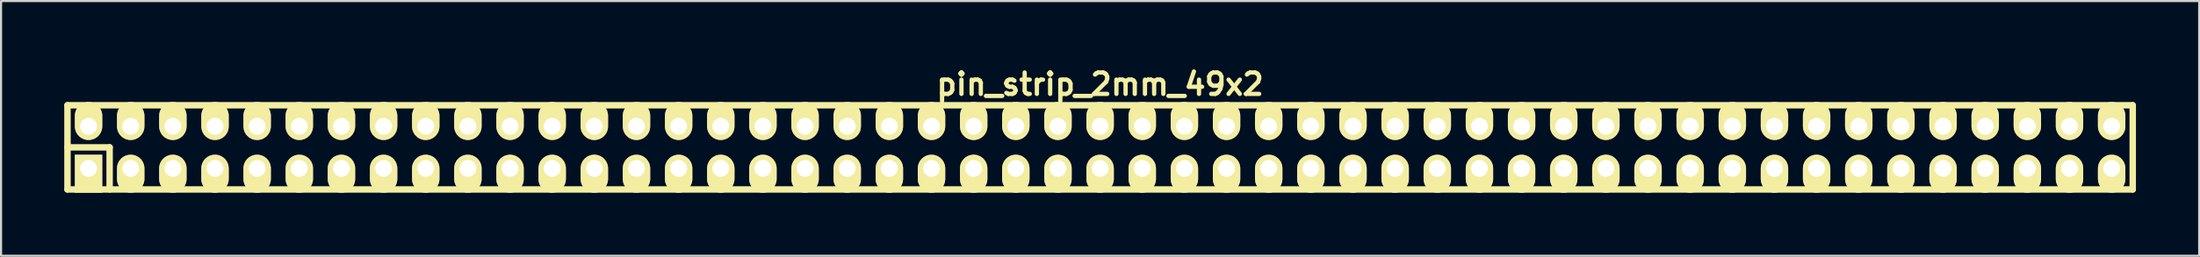
<source format=kicad_pcb>
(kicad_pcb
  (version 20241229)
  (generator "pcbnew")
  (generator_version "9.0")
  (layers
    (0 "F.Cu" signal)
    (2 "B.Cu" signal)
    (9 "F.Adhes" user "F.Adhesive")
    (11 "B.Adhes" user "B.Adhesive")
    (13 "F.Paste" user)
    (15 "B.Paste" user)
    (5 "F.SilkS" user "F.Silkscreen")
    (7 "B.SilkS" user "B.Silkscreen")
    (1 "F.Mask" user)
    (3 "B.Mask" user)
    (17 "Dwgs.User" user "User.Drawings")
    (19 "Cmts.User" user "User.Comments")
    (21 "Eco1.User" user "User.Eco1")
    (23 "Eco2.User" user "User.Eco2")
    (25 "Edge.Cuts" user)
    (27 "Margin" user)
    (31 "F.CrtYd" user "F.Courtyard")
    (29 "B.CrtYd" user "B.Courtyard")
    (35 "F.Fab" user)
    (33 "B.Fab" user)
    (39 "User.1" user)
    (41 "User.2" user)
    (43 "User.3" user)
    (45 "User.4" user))
  (footprint "pin_strip_2mm_49x2"
    (layer "F.Cu")
    (at 49.152 3.951)
    (property "Reference" "pin_strip_2mm_49x2" (at 0 -3 0) (layer "F.SilkS") (effects (font (size 1.016 1.016) (thickness 0.203))))
    (attr through_hole)
    (fp_line (start -49 -2) (end 49 -2) (stroke (width 0.305) (type solid)) (layer "F.SilkS"))
    (fp_line (start -49 0) (end -47 0) (stroke (width 0.305) (type solid)) (layer "F.SilkS"))
    (fp_line (start -49 2) (end -49 -2) (stroke (width 0.305) (type solid)) (layer "F.SilkS"))
    (fp_line (start -47 0) (end -47 2) (stroke (width 0.305) (type solid)) (layer "F.SilkS"))
    (fp_line (start 49 -2) (end 49 2) (stroke (width 0.305) (type solid)) (layer "F.SilkS"))
    (fp_line (start 49 2) (end -49 2) (stroke (width 0.305) (type solid)) (layer "F.SilkS"))
    (pad "1" thru_hole rect (at -48 1) (size 1.3 1.8) (drill 0.8 (offset 0 0.25)) (layers "*.Cu" "*.Mask" "F.SilkS"))
    (pad "2" thru_hole oval (at -48 -1) (size 1.3 1.8) (drill 0.8 (offset 0 -0.25)) (layers "*.Cu" "*.Mask" "F.SilkS"))
    (pad "3" thru_hole oval (at -46 1) (size 1.3 1.8) (drill 0.8 (offset 0 0.25)) (layers "*.Cu" "*.Mask" "F.SilkS"))
    (pad "4" thru_hole oval (at -46 -1) (size 1.3 1.8) (drill 0.8 (offset 0 -0.25)) (layers "*.Cu" "*.Mask" "F.SilkS"))
    (pad "5" thru_hole oval (at -44 1) (size 1.3 1.8) (drill 0.8 (offset 0 0.25)) (layers "*.Cu" "*.Mask" "F.SilkS"))
    (pad "6" thru_hole oval (at -44 -1) (size 1.3 1.8) (drill 0.8 (offset 0 -0.25)) (layers "*.Cu" "*.Mask" "F.SilkS"))
    (pad "7" thru_hole oval (at -42 1) (size 1.3 1.8) (drill 0.8 (offset 0 0.25)) (layers "*.Cu" "*.Mask" "F.SilkS"))
    (pad "8" thru_hole oval (at -42 -1) (size 1.3 1.8) (drill 0.8 (offset 0 -0.25)) (layers "*.Cu" "*.Mask" "F.SilkS"))
    (pad "9" thru_hole oval (at -40 1) (size 1.3 1.8) (drill 0.8 (offset 0 0.25)) (layers "*.Cu" "*.Mask" "F.SilkS"))
    (pad "10" thru_hole oval (at -40 -1) (size 1.3 1.8) (drill 0.8 (offset 0 -0.25)) (layers "*.Cu" "*.Mask" "F.SilkS"))
    (pad "11" thru_hole oval (at -38 1) (size 1.3 1.8) (drill 0.8 (offset 0 0.25)) (layers "*.Cu" "*.Mask" "F.SilkS"))
    (pad "12" thru_hole oval (at -38 -1) (size 1.3 1.8) (drill 0.8 (offset 0 -0.25)) (layers "*.Cu" "*.Mask" "F.SilkS"))
    (pad "13" thru_hole oval (at -36 1) (size 1.3 1.8) (drill 0.8 (offset 0 0.25)) (layers "*.Cu" "*.Mask" "F.SilkS"))
    (pad "14" thru_hole oval (at -36 -1) (size 1.3 1.8) (drill 0.8 (offset 0 -0.25)) (layers "*.Cu" "*.Mask" "F.SilkS"))
    (pad "15" thru_hole oval (at -34 1) (size 1.3 1.8) (drill 0.8 (offset 0 0.25)) (layers "*.Cu" "*.Mask" "F.SilkS"))
    (pad "16" thru_hole oval (at -34 -1) (size 1.3 1.8) (drill 0.8 (offset 0 -0.25)) (layers "*.Cu" "*.Mask" "F.SilkS"))
    (pad "17" thru_hole oval (at -32 1) (size 1.3 1.8) (drill 0.8 (offset 0 0.25)) (layers "*.Cu" "*.Mask" "F.SilkS"))
    (pad "18" thru_hole oval (at -32 -1) (size 1.3 1.8) (drill 0.8 (offset 0 -0.25)) (layers "*.Cu" "*.Mask" "F.SilkS"))
    (pad "19" thru_hole oval (at -30 1) (size 1.3 1.8) (drill 0.8 (offset 0 0.25)) (layers "*.Cu" "*.Mask" "F.SilkS"))
    (pad "20" thru_hole oval (at -30 -1) (size 1.3 1.8) (drill 0.8 (offset 0 -0.25)) (layers "*.Cu" "*.Mask" "F.SilkS"))
    (pad "21" thru_hole oval (at -28 1) (size 1.3 1.8) (drill 0.8 (offset 0 0.25)) (layers "*.Cu" "*.Mask" "F.SilkS"))
    (pad "22" thru_hole oval (at -28 -1) (size 1.3 1.8) (drill 0.8 (offset 0 -0.25)) (layers "*.Cu" "*.Mask" "F.SilkS"))
    (pad "23" thru_hole oval (at -26 1) (size 1.3 1.8) (drill 0.8 (offset 0 0.25)) (layers "*.Cu" "*.Mask" "F.SilkS"))
    (pad "24" thru_hole oval (at -26 -1) (size 1.3 1.8) (drill 0.8 (offset 0 -0.25)) (layers "*.Cu" "*.Mask" "F.SilkS"))
    (pad "25" thru_hole oval (at -24 1) (size 1.3 1.8) (drill 0.8 (offset 0 0.25)) (layers "*.Cu" "*.Mask" "F.SilkS"))
    (pad "26" thru_hole oval (at -24 -1) (size 1.3 1.8) (drill 0.8 (offset 0 -0.25)) (layers "*.Cu" "*.Mask" "F.SilkS"))
    (pad "27" thru_hole oval (at -22 1) (size 1.3 1.8) (drill 0.8 (offset 0 0.25)) (layers "*.Cu" "*.Mask" "F.SilkS"))
    (pad "28" thru_hole oval (at -22 -1) (size 1.3 1.8) (drill 0.8 (offset 0 -0.25)) (layers "*.Cu" "*.Mask" "F.SilkS"))
    (pad "29" thru_hole oval (at -20 1) (size 1.3 1.8) (drill 0.8 (offset 0 0.25)) (layers "*.Cu" "*.Mask" "F.SilkS"))
    (pad "30" thru_hole oval (at -20 -1) (size 1.3 1.8) (drill 0.8 (offset 0 -0.25)) (layers "*.Cu" "*.Mask" "F.SilkS"))
    (pad "31" thru_hole oval (at -18 1) (size 1.3 1.8) (drill 0.8 (offset 0 0.25)) (layers "*.Cu" "*.Mask" "F.SilkS"))
    (pad "32" thru_hole oval (at -18 -1) (size 1.3 1.8) (drill 0.8 (offset 0 -0.25)) (layers "*.Cu" "*.Mask" "F.SilkS"))
    (pad "33" thru_hole oval (at -16 1) (size 1.3 1.8) (drill 0.8 (offset 0 0.25)) (layers "*.Cu" "*.Mask" "F.SilkS"))
    (pad "34" thru_hole oval (at -16 -1) (size 1.3 1.8) (drill 0.8 (offset 0 -0.25)) (layers "*.Cu" "*.Mask" "F.SilkS"))
    (pad "35" thru_hole oval (at -14 1) (size 1.3 1.8) (drill 0.8 (offset 0 0.25)) (layers "*.Cu" "*.Mask" "F.SilkS"))
    (pad "36" thru_hole oval (at -14 -1) (size 1.3 1.8) (drill 0.8 (offset 0 -0.25)) (layers "*.Cu" "*.Mask" "F.SilkS"))
    (pad "37" thru_hole oval (at -12 1) (size 1.3 1.8) (drill 0.8 (offset 0 0.25)) (layers "*.Cu" "*.Mask" "F.SilkS"))
    (pad "38" thru_hole oval (at -12 -1) (size 1.3 1.8) (drill 0.8 (offset 0 -0.25)) (layers "*.Cu" "*.Mask" "F.SilkS"))
    (pad "39" thru_hole oval (at -10 1) (size 1.3 1.8) (drill 0.8 (offset 0 0.25)) (layers "*.Cu" "*.Mask" "F.SilkS"))
    (pad "40" thru_hole oval (at -10 -1) (size 1.3 1.8) (drill 0.8 (offset 0 -0.25)) (layers "*.Cu" "*.Mask" "F.SilkS"))
    (pad "41" thru_hole oval (at -8 1) (size 1.3 1.8) (drill 0.8 (offset 0 0.25)) (layers "*.Cu" "*.Mask" "F.SilkS"))
    (pad "42" thru_hole oval (at -8 -1) (size 1.3 1.8) (drill 0.8 (offset 0 -0.25)) (layers "*.Cu" "*.Mask" "F.SilkS"))
    (pad "43" thru_hole oval (at -6 1) (size 1.3 1.8) (drill 0.8 (offset 0 0.25)) (layers "*.Cu" "*.Mask" "F.SilkS"))
    (pad "44" thru_hole oval (at -6 -1) (size 1.3 1.8) (drill 0.8 (offset 0 -0.25)) (layers "*.Cu" "*.Mask" "F.SilkS"))
    (pad "45" thru_hole oval (at -4 1) (size 1.3 1.8) (drill 0.8 (offset 0 0.25)) (layers "*.Cu" "*.Mask" "F.SilkS"))
    (pad "46" thru_hole oval (at -4 -1) (size 1.3 1.8) (drill 0.8 (offset 0 -0.25)) (layers "*.Cu" "*.Mask" "F.SilkS"))
    (pad "47" thru_hole oval (at -2 1) (size 1.3 1.8) (drill 0.8 (offset 0 0.25)) (layers "*.Cu" "*.Mask" "F.SilkS"))
    (pad "48" thru_hole oval (at -2 -1) (size 1.3 1.8) (drill 0.8 (offset 0 -0.25)) (layers "*.Cu" "*.Mask" "F.SilkS"))
    (pad "49" thru_hole oval (at 0 1) (size 1.3 1.8) (drill 0.8 (offset 0 0.25)) (layers "*.Cu" "*.Mask" "F.SilkS"))
    (pad "50" thru_hole oval (at 0 -1) (size 1.3 1.8) (drill 0.8 (offset 0 -0.25)) (layers "*.Cu" "*.Mask" "F.SilkS"))
    (pad "51" thru_hole oval (at 2 1) (size 1.3 1.8) (drill 0.8 (offset 0 0.25)) (layers "*.Cu" "*.Mask" "F.SilkS"))
    (pad "52" thru_hole oval (at 2 -1) (size 1.3 1.8) (drill 0.8 (offset 0 -0.25)) (layers "*.Cu" "*.Mask" "F.SilkS"))
    (pad "53" thru_hole oval (at 4 1) (size 1.3 1.8) (drill 0.8 (offset 0 0.25)) (layers "*.Cu" "*.Mask" "F.SilkS"))
    (pad "54" thru_hole oval (at 4 -1) (size 1.3 1.8) (drill 0.8 (offset 0 -0.25)) (layers "*.Cu" "*.Mask" "F.SilkS"))
    (pad "55" thru_hole oval (at 6 1) (size 1.3 1.8) (drill 0.8 (offset 0 0.25)) (layers "*.Cu" "*.Mask" "F.SilkS"))
    (pad "56" thru_hole oval (at 6 -1) (size 1.3 1.8) (drill 0.8 (offset 0 -0.25)) (layers "*.Cu" "*.Mask" "F.SilkS"))
    (pad "57" thru_hole oval (at 8 1) (size 1.3 1.8) (drill 0.8 (offset 0 0.25)) (layers "*.Cu" "*.Mask" "F.SilkS"))
    (pad "58" thru_hole oval (at 8 -1) (size 1.3 1.8) (drill 0.8 (offset 0 -0.25)) (layers "*.Cu" "*.Mask" "F.SilkS"))
    (pad "59" thru_hole oval (at 10 1) (size 1.3 1.8) (drill 0.8 (offset 0 0.25)) (layers "*.Cu" "*.Mask" "F.SilkS"))
    (pad "60" thru_hole oval (at 10 -1) (size 1.3 1.8) (drill 0.8 (offset 0 -0.25)) (layers "*.Cu" "*.Mask" "F.SilkS"))
    (pad "61" thru_hole oval (at 12 1) (size 1.3 1.8) (drill 0.8 (offset 0 0.25)) (layers "*.Cu" "*.Mask" "F.SilkS"))
    (pad "62" thru_hole oval (at 12 -1) (size 1.3 1.8) (drill 0.8 (offset 0 -0.25)) (layers "*.Cu" "*.Mask" "F.SilkS"))
    (pad "63" thru_hole oval (at 14 1) (size 1.3 1.8) (drill 0.8 (offset 0 0.25)) (layers "*.Cu" "*.Mask" "F.SilkS"))
    (pad "64" thru_hole oval (at 14 -1) (size 1.3 1.8) (drill 0.8 (offset 0 -0.25)) (layers "*.Cu" "*.Mask" "F.SilkS"))
    (pad "65" thru_hole oval (at 16 1) (size 1.3 1.8) (drill 0.8 (offset 0 0.25)) (layers "*.Cu" "*.Mask" "F.SilkS"))
    (pad "66" thru_hole oval (at 16 -1) (size 1.3 1.8) (drill 0.8 (offset 0 -0.25)) (layers "*.Cu" "*.Mask" "F.SilkS"))
    (pad "67" thru_hole oval (at 18 1) (size 1.3 1.8) (drill 0.8 (offset 0 0.25)) (layers "*.Cu" "*.Mask" "F.SilkS"))
    (pad "68" thru_hole oval (at 18 -1) (size 1.3 1.8) (drill 0.8 (offset 0 -0.25)) (layers "*.Cu" "*.Mask" "F.SilkS"))
    (pad "69" thru_hole oval (at 20 1) (size 1.3 1.8) (drill 0.8 (offset 0 0.25)) (layers "*.Cu" "*.Mask" "F.SilkS"))
    (pad "70" thru_hole oval (at 20 -1) (size 1.3 1.8) (drill 0.8 (offset 0 -0.25)) (layers "*.Cu" "*.Mask" "F.SilkS"))
    (pad "71" thru_hole oval (at 22 1) (size 1.3 1.8) (drill 0.8 (offset 0 0.25)) (layers "*.Cu" "*.Mask" "F.SilkS"))
    (pad "72" thru_hole oval (at 22 -1) (size 1.3 1.8) (drill 0.8 (offset 0 -0.25)) (layers "*.Cu" "*.Mask" "F.SilkS"))
    (pad "73" thru_hole oval (at 24 1) (size 1.3 1.8) (drill 0.8 (offset 0 0.25)) (layers "*.Cu" "*.Mask" "F.SilkS"))
    (pad "74" thru_hole oval (at 24 -1) (size 1.3 1.8) (drill 0.8 (offset 0 -0.25)) (layers "*.Cu" "*.Mask" "F.SilkS"))
    (pad "75" thru_hole oval (at 26 1) (size 1.3 1.8) (drill 0.8 (offset 0 0.25)) (layers "*.Cu" "*.Mask" "F.SilkS"))
    (pad "76" thru_hole oval (at 26 -1) (size 1.3 1.8) (drill 0.8 (offset 0 -0.25)) (layers "*.Cu" "*.Mask" "F.SilkS"))
    (pad "77" thru_hole oval (at 28 1) (size 1.3 1.8) (drill 0.8 (offset 0 0.25)) (layers "*.Cu" "*.Mask" "F.SilkS"))
    (pad "78" thru_hole oval (at 28 -1) (size 1.3 1.8) (drill 0.8 (offset 0 -0.25)) (layers "*.Cu" "*.Mask" "F.SilkS"))
    (pad "79" thru_hole oval (at 30 1) (size 1.3 1.8) (drill 0.8 (offset 0 0.25)) (layers "*.Cu" "*.Mask" "F.SilkS"))
    (pad "80" thru_hole oval (at 30 -1) (size 1.3 1.8) (drill 0.8 (offset 0 -0.25)) (layers "*.Cu" "*.Mask" "F.SilkS"))
    (pad "81" thru_hole oval (at 32 1) (size 1.3 1.8) (drill 0.8 (offset 0 0.25)) (layers "*.Cu" "*.Mask" "F.SilkS"))
    (pad "82" thru_hole oval (at 32 -1) (size 1.3 1.8) (drill 0.8 (offset 0 -0.25)) (layers "*.Cu" "*.Mask" "F.SilkS"))
    (pad "83" thru_hole oval (at 34 1) (size 1.3 1.8) (drill 0.8 (offset 0 0.25)) (layers "*.Cu" "*.Mask" "F.SilkS"))
    (pad "84" thru_hole oval (at 34 -1) (size 1.3 1.8) (drill 0.8 (offset 0 -0.25)) (layers "*.Cu" "*.Mask" "F.SilkS"))
    (pad "85" thru_hole oval (at 36 1) (size 1.3 1.8) (drill 0.8 (offset 0 0.25)) (layers "*.Cu" "*.Mask" "F.SilkS"))
    (pad "86" thru_hole oval (at 36 -1) (size 1.3 1.8) (drill 0.8 (offset 0 -0.25)) (layers "*.Cu" "*.Mask" "F.SilkS"))
    (pad "87" thru_hole oval (at 38 1) (size 1.3 1.8) (drill 0.8 (offset 0 0.25)) (layers "*.Cu" "*.Mask" "F.SilkS"))
    (pad "88" thru_hole oval (at 38 -1) (size 1.3 1.8) (drill 0.8 (offset 0 -0.25)) (layers "*.Cu" "*.Mask" "F.SilkS"))
    (pad "89" thru_hole oval (at 40 1) (size 1.3 1.8) (drill 0.8 (offset 0 0.25)) (layers "*.Cu" "*.Mask" "F.SilkS"))
    (pad "90" thru_hole oval (at 40 -1) (size 1.3 1.8) (drill 0.8 (offset 0 -0.25)) (layers "*.Cu" "*.Mask" "F.SilkS"))
    (pad "91" thru_hole oval (at 42 1) (size 1.3 1.8) (drill 0.8 (offset 0 0.25)) (layers "*.Cu" "*.Mask" "F.SilkS"))
    (pad "92" thru_hole oval (at 42 -1) (size 1.3 1.8) (drill 0.8 (offset 0 -0.25)) (layers "*.Cu" "*.Mask" "F.SilkS"))
    (pad "93" thru_hole oval (at 44 1) (size 1.3 1.8) (drill 0.8 (offset 0 0.25)) (layers "*.Cu" "*.Mask" "F.SilkS"))
    (pad "94" thru_hole oval (at 44 -1) (size 1.3 1.8) (drill 0.8 (offset 0 -0.25)) (layers "*.Cu" "*.Mask" "F.SilkS"))
    (pad "95" thru_hole oval (at 46 1) (size 1.3 1.8) (drill 0.8 (offset 0 0.25)) (layers "*.Cu" "*.Mask" "F.SilkS"))
    (pad "96" thru_hole oval (at 46 -1) (size 1.3 1.8) (drill 0.8 (offset 0 -0.25)) (layers "*.Cu" "*.Mask" "F.SilkS"))
    (pad "97" thru_hole oval (at 48 1) (size 1.3 1.8) (drill 0.8 (offset 0 0.25)) (layers "*.Cu" "*.Mask" "F.SilkS"))
    (pad "98" thru_hole oval (at 48 -1) (size 1.3 1.8) (drill 0.8 (offset 0 -0.25)) (layers "*.Cu" "*.Mask" "F.SilkS")))
  (gr_rect
    (start -3 -3)
    (end 101.305 9.103)
    (stroke (width 0.1) (type default))
    (fill no)
    (layer "Edge.Cuts")))
</source>
